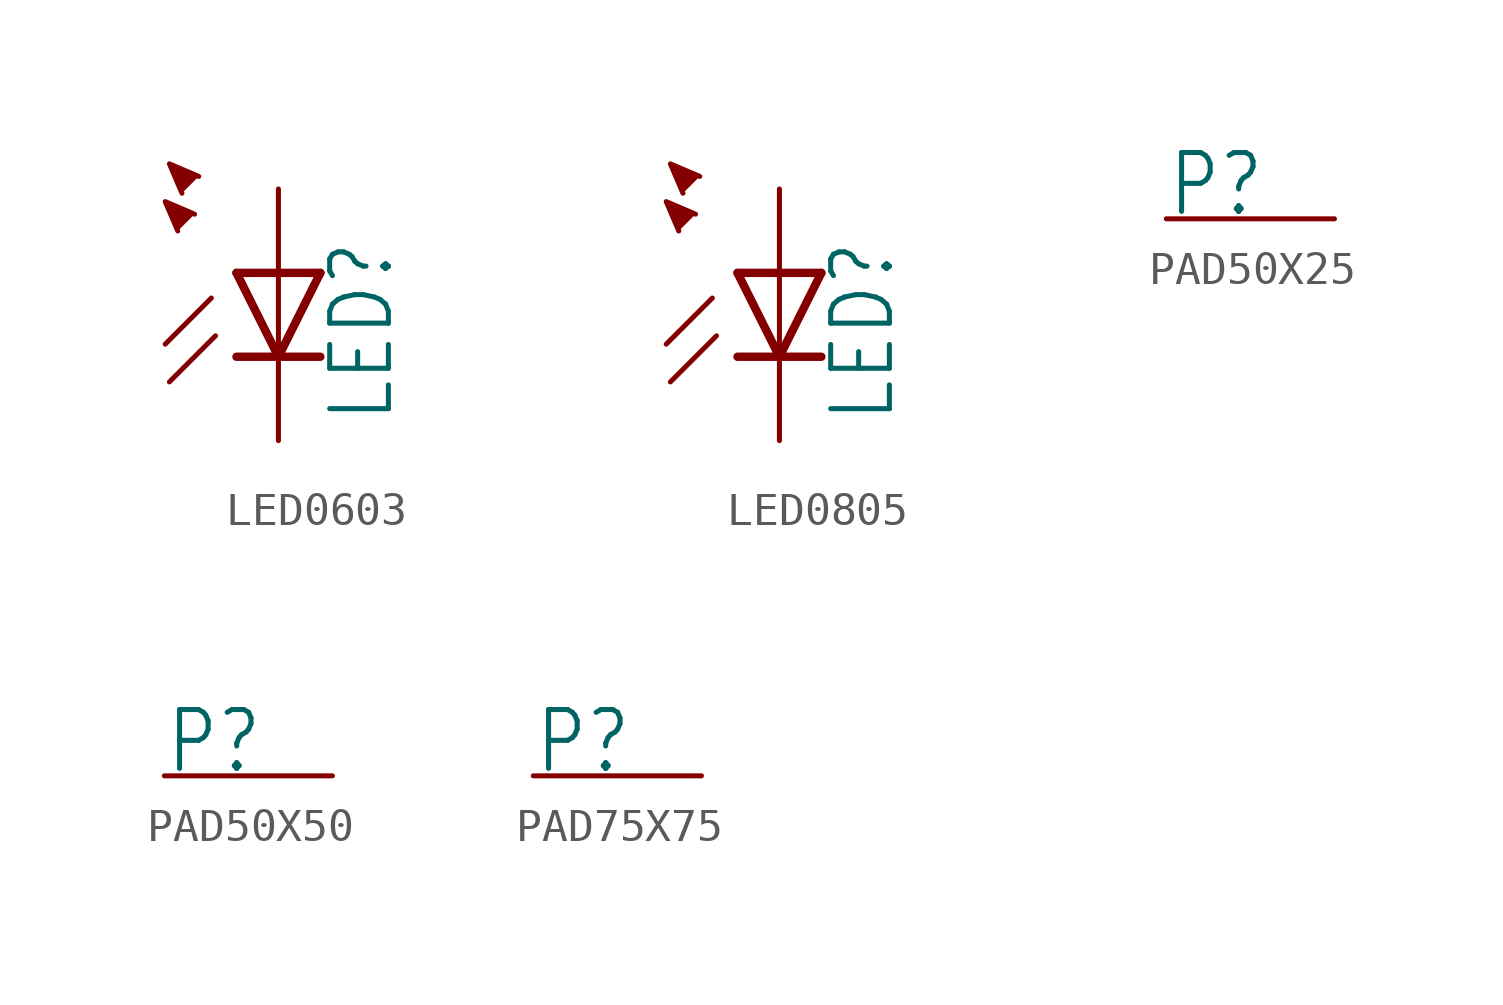
<source format=kicad_sym>
(kicad_symbol_lib
  (version 20241209)
  (generator "kicad_symbol_editor")
  (generator_version "9.0")
  (symbol "LED0603"
    (property "Reference" "LED"
      (at 3.556 -4.572 90)
      (effects (font (size 1.778 1.511)) (justify left bottom)))
    (property "Value" ""
      (at 5.715 -4.572 90)
      (effects (font (size 1.778 1.511)) (justify left bottom)))
    (property "ki_locked" ""
      (at 0 0 0)
      (effects (font (size 1.27 1.27))))
    (symbol "LED0603_1_0"
      (polyline (pts (xy -3.048 1.27) (xy -3.429 2.159) (xy -2.54 1.778)) (stroke (width 0.152) (type solid)) (fill (type outline)))
      (polyline (pts (xy -2.921 2.413) (xy -3.302 3.302) (xy -2.413 2.921)) (stroke (width 0.152) (type solid)) (fill (type outline)))
      (polyline (pts (xy -2.032 -0.762) (xy -3.429 -2.159)) (stroke (width 0.152) (type solid)) (fill (type none)))
      (polyline (pts (xy -1.905 -1.905) (xy -3.302 -3.302)) (stroke (width 0.152) (type solid)) (fill (type none)))
      (polyline (pts (xy 0 0) (xy -1.27 0)) (stroke (width 0.254) (type solid)) (fill (type none)))
      (polyline (pts (xy 0 0) (xy 0 -2.54)) (stroke (width 0.152) (type solid)) (fill (type none)))
      (polyline (pts (xy 0 -2.54) (xy -1.27 0)) (stroke (width 0.254) (type solid)) (fill (type none)))
      (polyline (pts (xy 0 -2.54) (xy -1.27 -2.54)) (stroke (width 0.254) (type solid)) (fill (type none)))
      (polyline (pts (xy 1.27 0) (xy 0 0)) (stroke (width 0.254) (type solid)) (fill (type none)))
      (polyline (pts (xy 1.27 0) (xy 0 -2.54)) (stroke (width 0.254) (type solid)) (fill (type none)))
      (polyline (pts (xy 1.27 -2.54) (xy 0 -2.54)) (stroke (width 0.254) (type solid)) (fill (type none)))
      (pin passive line (at 0 2.54 270) (length 2.54) (name "A" (effects (font (size 0 0)))) (number "1" (effects (font (size 0 0)))))
      (pin passive line (at 0 -5.08 90) (length 2.54) (name "C" (effects (font (size 0 0)))) (number "2" (effects (font (size 0 0)))))))
  (symbol "LED0805"
    (property "Reference" "LED"
      (at 3.556 -4.572 90)
      (effects (font (size 1.778 1.511)) (justify left bottom)))
    (property "Value" ""
      (at 5.715 -4.572 90)
      (effects (font (size 1.778 1.511)) (justify left bottom)))
    (property "ki_locked" ""
      (at 0 0 0)
      (effects (font (size 1.27 1.27))))
    (symbol "LED0805_1_0"
      (polyline (pts (xy -3.048 1.27) (xy -3.429 2.159) (xy -2.54 1.778)) (stroke (width 0.152) (type solid)) (fill (type outline)))
      (polyline (pts (xy -2.921 2.413) (xy -3.302 3.302) (xy -2.413 2.921)) (stroke (width 0.152) (type solid)) (fill (type outline)))
      (polyline (pts (xy -2.032 -0.762) (xy -3.429 -2.159)) (stroke (width 0.152) (type solid)) (fill (type none)))
      (polyline (pts (xy -1.905 -1.905) (xy -3.302 -3.302)) (stroke (width 0.152) (type solid)) (fill (type none)))
      (polyline (pts (xy 0 0) (xy -1.27 0)) (stroke (width 0.254) (type solid)) (fill (type none)))
      (polyline (pts (xy 0 0) (xy 0 -2.54)) (stroke (width 0.152) (type solid)) (fill (type none)))
      (polyline (pts (xy 0 -2.54) (xy -1.27 0)) (stroke (width 0.254) (type solid)) (fill (type none)))
      (polyline (pts (xy 0 -2.54) (xy -1.27 -2.54)) (stroke (width 0.254) (type solid)) (fill (type none)))
      (polyline (pts (xy 1.27 0) (xy 0 0)) (stroke (width 0.254) (type solid)) (fill (type none)))
      (polyline (pts (xy 1.27 0) (xy 0 -2.54)) (stroke (width 0.254) (type solid)) (fill (type none)))
      (polyline (pts (xy 1.27 -2.54) (xy 0 -2.54)) (stroke (width 0.254) (type solid)) (fill (type none)))
      (pin passive line (at 0 2.54 270) (length 2.54) (name "A" (effects (font (size 0 0)))) (number "A" (effects (font (size 0 0)))))
      (pin passive line (at 0 -5.08 90) (length 2.54) (name "C" (effects (font (size 0 0)))) (number "C" (effects (font (size 0 0)))))))
  (symbol "PAD50X25"
    (property "Reference" "P"
      (at 0 0 0)
      (effects (font (size 1.778 1.511)) (justify left bottom)))
    (property "ki_locked" ""
      (at 0 0 0)
      (effects (font (size 1.27 1.27))))
    (symbol "PAD50X25_1_0"
      (pin power_in line (at 0 0 0) (length 5.08) (name "PAD" (effects (font (size 0 0)))) (number "P$1" (effects (font (size 0 0)))))))
  (symbol "PAD50X50"
    (property "Reference" "P"
      (at 0 0 0)
      (effects (font (size 1.778 1.511)) (justify left bottom)))
    (property "ki_locked" ""
      (at 0 0 0)
      (effects (font (size 1.27 1.27))))
    (symbol "PAD50X50_1_0"
      (pin power_in line (at 0 0 0) (length 5.08) (name "PAD" (effects (font (size 0 0)))) (number "P$1" (effects (font (size 0 0)))))))
  (symbol "PAD75X75"
    (property "Reference" "P"
      (at 0 0 0)
      (effects (font (size 1.778 1.511)) (justify left bottom)))
    (property "ki_locked" ""
      (at 0 0 0)
      (effects (font (size 1.27 1.27))))
    (symbol "PAD75X75_1_0"
      (pin power_in line (at 0 0 0) (length 5.08) (name "PAD" (effects (font (size 0 0)))) (number "P$1" (effects (font (size 0 0))))))))
</source>
